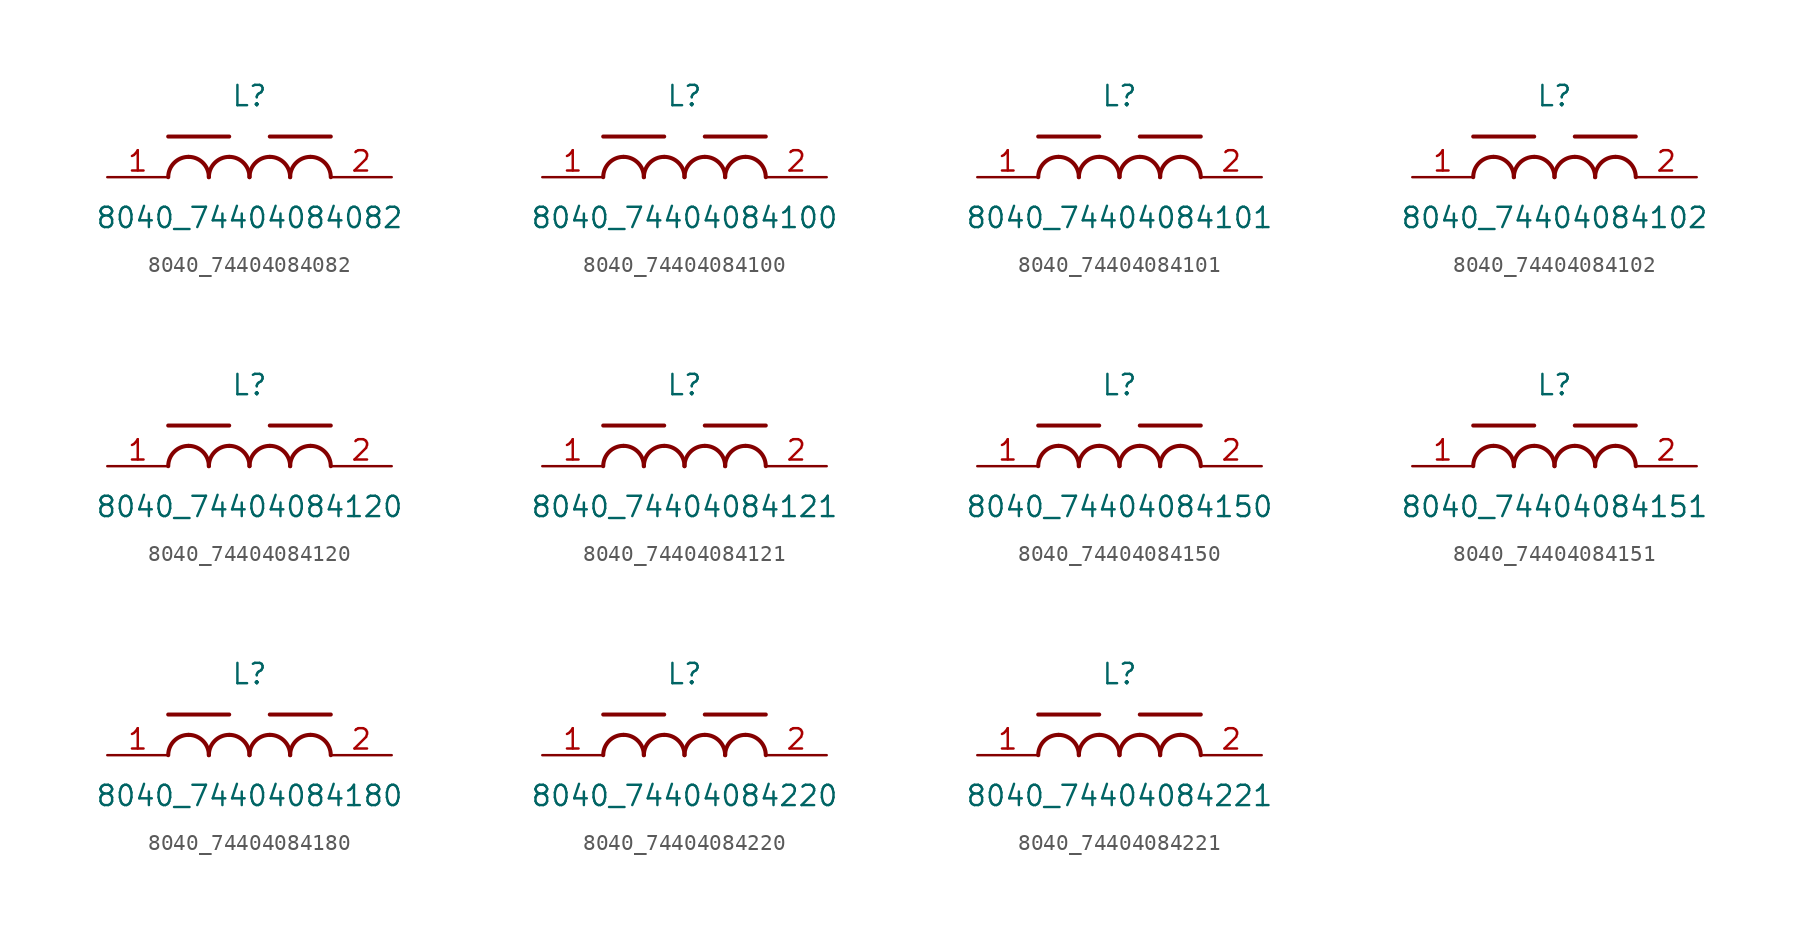
<source format=kicad_sym>
(kicad_symbol_lib
  (version 20211014)
  (generator kicad_symbol_editor)
  (symbol "Inductor_Wurth_WE-LQS:8040_74404084082"
    (pin_names hide)
    (property "Reference" "L"
      (at 0 5.08 0)
      (effects (font (size 1.27 1.27))))
    (property "Value" "8040_74404084082"
      (at 0 -2.54 0)
      (effects (font (size 1.27 1.27))))
    (symbol "8040_74404084082_0_1"
      (arc (start -3.81 1.27) (mid -4.708 0.898) (end -5.08 0) (stroke (width 0.254) (type default) (color 0 0 0 0)) (fill (type none)))
      (arc (start -2.54 0) (mid -2.912 0.898) (end -3.81 1.27) (stroke (width 0.254) (type default) (color 0 0 0 0)) (fill (type none)))
      (arc (start -1.2699 1.2701) (mid -2.1679 0.8981) (end -2.5399 0.0001) (stroke (width 0.254) (type default) (color 0 0 0 0)) (fill (type none)))
      (polyline (pts (xy -5.08 2.54) (xy -1.27 2.54)) (stroke (width 0.254) (type default) (color 0 0 0 0)) (fill (type none)))
      (polyline (pts (xy 5.08 2.54) (xy 1.27 2.54)) (stroke (width 0.254) (type default) (color 0 0 0 0)) (fill (type none)))
      (arc (start 0.0001 0.0001) (mid -0.3719 0.8981) (end -1.2699 1.2701) (stroke (width 0.254) (type default) (color 0 0 0 0)) (fill (type none)))
      (arc (start 1.2701 1.2701) (mid 0.3721 0.8981) (end 0.0001 0.0001) (stroke (width 0.254) (type default) (color 0 0 0 0)) (fill (type none)))
      (arc (start 2.5401 0.0001) (mid 2.1681 0.8981) (end 1.2701 1.2701) (stroke (width 0.254) (type default) (color 0 0 0 0)) (fill (type none)))
      (arc (start 3.8101 1.2701) (mid 2.9121 0.8981) (end 2.5401 0.0001) (stroke (width 0.254) (type default) (color 0 0 0 0)) (fill (type none)))
      (arc (start 5.0801 0.0001) (mid 4.7081 0.8981) (end 3.8101 1.2701) (stroke (width 0.254) (type default) (color 0 0 0 0)) (fill (type none))))
    (symbol "8040_74404084082_1_1"
      (pin passive line (at -8.89 0 0) (length 3.81) (name "1" (effects (font (size 1.27 1.27)))) (number "1" (effects (font (size 1.27 1.27)))))
      (pin passive line (at 8.89 0 180) (length 3.81) (name "2" (effects (font (size 1.27 1.27)))) (number "2" (effects (font (size 1.27 1.27)))))))
  (symbol "Inductor_Wurth_WE-LQS:8040_74404084100"
    (pin_names hide)
    (property "Reference" "L"
      (at 0 5.08 0)
      (effects (font (size 1.27 1.27))))
    (property "Value" "8040_74404084100"
      (at 0 -2.54 0)
      (effects (font (size 1.27 1.27))))
    (symbol "8040_74404084100_0_1"
      (arc (start -3.81 1.27) (mid -4.708 0.898) (end -5.08 0) (stroke (width 0.254) (type default) (color 0 0 0 0)) (fill (type none)))
      (arc (start -2.54 0) (mid -2.912 0.898) (end -3.81 1.27) (stroke (width 0.254) (type default) (color 0 0 0 0)) (fill (type none)))
      (arc (start -1.2699 1.2701) (mid -2.1679 0.8981) (end -2.5399 0.0001) (stroke (width 0.254) (type default) (color 0 0 0 0)) (fill (type none)))
      (polyline (pts (xy -5.08 2.54) (xy -1.27 2.54)) (stroke (width 0.254) (type default) (color 0 0 0 0)) (fill (type none)))
      (polyline (pts (xy 5.08 2.54) (xy 1.27 2.54)) (stroke (width 0.254) (type default) (color 0 0 0 0)) (fill (type none)))
      (arc (start 0.0001 0.0001) (mid -0.3719 0.8981) (end -1.2699 1.2701) (stroke (width 0.254) (type default) (color 0 0 0 0)) (fill (type none)))
      (arc (start 1.2701 1.2701) (mid 0.3721 0.8981) (end 0.0001 0.0001) (stroke (width 0.254) (type default) (color 0 0 0 0)) (fill (type none)))
      (arc (start 2.5401 0.0001) (mid 2.1681 0.8981) (end 1.2701 1.2701) (stroke (width 0.254) (type default) (color 0 0 0 0)) (fill (type none)))
      (arc (start 3.8101 1.2701) (mid 2.9121 0.8981) (end 2.5401 0.0001) (stroke (width 0.254) (type default) (color 0 0 0 0)) (fill (type none)))
      (arc (start 5.0801 0.0001) (mid 4.7081 0.8981) (end 3.8101 1.2701) (stroke (width 0.254) (type default) (color 0 0 0 0)) (fill (type none))))
    (symbol "8040_74404084100_1_1"
      (pin passive line (at -8.89 0 0) (length 3.81) (name "1" (effects (font (size 1.27 1.27)))) (number "1" (effects (font (size 1.27 1.27)))))
      (pin passive line (at 8.89 0 180) (length 3.81) (name "2" (effects (font (size 1.27 1.27)))) (number "2" (effects (font (size 1.27 1.27)))))))
  (symbol "Inductor_Wurth_WE-LQS:8040_74404084101"
    (pin_names hide)
    (property "Reference" "L"
      (at 0 5.08 0)
      (effects (font (size 1.27 1.27))))
    (property "Value" "8040_74404084101"
      (at 0 -2.54 0)
      (effects (font (size 1.27 1.27))))
    (symbol "8040_74404084101_0_1"
      (arc (start -3.81 1.27) (mid -4.708 0.898) (end -5.08 0) (stroke (width 0.254) (type default) (color 0 0 0 0)) (fill (type none)))
      (arc (start -2.54 0) (mid -2.912 0.898) (end -3.81 1.27) (stroke (width 0.254) (type default) (color 0 0 0 0)) (fill (type none)))
      (arc (start -1.2699 1.2701) (mid -2.1679 0.8981) (end -2.5399 0.0001) (stroke (width 0.254) (type default) (color 0 0 0 0)) (fill (type none)))
      (polyline (pts (xy -5.08 2.54) (xy -1.27 2.54)) (stroke (width 0.254) (type default) (color 0 0 0 0)) (fill (type none)))
      (polyline (pts (xy 5.08 2.54) (xy 1.27 2.54)) (stroke (width 0.254) (type default) (color 0 0 0 0)) (fill (type none)))
      (arc (start 0.0001 0.0001) (mid -0.3719 0.8981) (end -1.2699 1.2701) (stroke (width 0.254) (type default) (color 0 0 0 0)) (fill (type none)))
      (arc (start 1.2701 1.2701) (mid 0.3721 0.8981) (end 0.0001 0.0001) (stroke (width 0.254) (type default) (color 0 0 0 0)) (fill (type none)))
      (arc (start 2.5401 0.0001) (mid 2.1681 0.8981) (end 1.2701 1.2701) (stroke (width 0.254) (type default) (color 0 0 0 0)) (fill (type none)))
      (arc (start 3.8101 1.2701) (mid 2.9121 0.8981) (end 2.5401 0.0001) (stroke (width 0.254) (type default) (color 0 0 0 0)) (fill (type none)))
      (arc (start 5.0801 0.0001) (mid 4.7081 0.8981) (end 3.8101 1.2701) (stroke (width 0.254) (type default) (color 0 0 0 0)) (fill (type none))))
    (symbol "8040_74404084101_1_1"
      (pin passive line (at -8.89 0 0) (length 3.81) (name "1" (effects (font (size 1.27 1.27)))) (number "1" (effects (font (size 1.27 1.27)))))
      (pin passive line (at 8.89 0 180) (length 3.81) (name "2" (effects (font (size 1.27 1.27)))) (number "2" (effects (font (size 1.27 1.27)))))))
  (symbol "Inductor_Wurth_WE-LQS:8040_74404084102"
    (pin_names hide)
    (property "Reference" "L"
      (at 0 5.08 0)
      (effects (font (size 1.27 1.27))))
    (property "Value" "8040_74404084102"
      (at 0 -2.54 0)
      (effects (font (size 1.27 1.27))))
    (symbol "8040_74404084102_0_1"
      (arc (start -3.81 1.27) (mid -4.708 0.898) (end -5.08 0) (stroke (width 0.254) (type default) (color 0 0 0 0)) (fill (type none)))
      (arc (start -2.54 0) (mid -2.912 0.898) (end -3.81 1.27) (stroke (width 0.254) (type default) (color 0 0 0 0)) (fill (type none)))
      (arc (start -1.2699 1.2701) (mid -2.1679 0.8981) (end -2.5399 0.0001) (stroke (width 0.254) (type default) (color 0 0 0 0)) (fill (type none)))
      (polyline (pts (xy -5.08 2.54) (xy -1.27 2.54)) (stroke (width 0.254) (type default) (color 0 0 0 0)) (fill (type none)))
      (polyline (pts (xy 5.08 2.54) (xy 1.27 2.54)) (stroke (width 0.254) (type default) (color 0 0 0 0)) (fill (type none)))
      (arc (start 0.0001 0.0001) (mid -0.3719 0.8981) (end -1.2699 1.2701) (stroke (width 0.254) (type default) (color 0 0 0 0)) (fill (type none)))
      (arc (start 1.2701 1.2701) (mid 0.3721 0.8981) (end 0.0001 0.0001) (stroke (width 0.254) (type default) (color 0 0 0 0)) (fill (type none)))
      (arc (start 2.5401 0.0001) (mid 2.1681 0.8981) (end 1.2701 1.2701) (stroke (width 0.254) (type default) (color 0 0 0 0)) (fill (type none)))
      (arc (start 3.8101 1.2701) (mid 2.9121 0.8981) (end 2.5401 0.0001) (stroke (width 0.254) (type default) (color 0 0 0 0)) (fill (type none)))
      (arc (start 5.0801 0.0001) (mid 4.7081 0.8981) (end 3.8101 1.2701) (stroke (width 0.254) (type default) (color 0 0 0 0)) (fill (type none))))
    (symbol "8040_74404084102_1_1"
      (pin passive line (at -8.89 0 0) (length 3.81) (name "1" (effects (font (size 1.27 1.27)))) (number "1" (effects (font (size 1.27 1.27)))))
      (pin passive line (at 8.89 0 180) (length 3.81) (name "2" (effects (font (size 1.27 1.27)))) (number "2" (effects (font (size 1.27 1.27)))))))
  (symbol "Inductor_Wurth_WE-LQS:8040_74404084120"
    (pin_names hide)
    (property "Reference" "L"
      (at 0 5.08 0)
      (effects (font (size 1.27 1.27))))
    (property "Value" "8040_74404084120"
      (at 0 -2.54 0)
      (effects (font (size 1.27 1.27))))
    (symbol "8040_74404084120_0_1"
      (arc (start -3.81 1.27) (mid -4.708 0.898) (end -5.08 0) (stroke (width 0.254) (type default) (color 0 0 0 0)) (fill (type none)))
      (arc (start -2.54 0) (mid -2.912 0.898) (end -3.81 1.27) (stroke (width 0.254) (type default) (color 0 0 0 0)) (fill (type none)))
      (arc (start -1.2699 1.2701) (mid -2.1679 0.8981) (end -2.5399 0.0001) (stroke (width 0.254) (type default) (color 0 0 0 0)) (fill (type none)))
      (polyline (pts (xy -5.08 2.54) (xy -1.27 2.54)) (stroke (width 0.254) (type default) (color 0 0 0 0)) (fill (type none)))
      (polyline (pts (xy 5.08 2.54) (xy 1.27 2.54)) (stroke (width 0.254) (type default) (color 0 0 0 0)) (fill (type none)))
      (arc (start 0.0001 0.0001) (mid -0.3719 0.8981) (end -1.2699 1.2701) (stroke (width 0.254) (type default) (color 0 0 0 0)) (fill (type none)))
      (arc (start 1.2701 1.2701) (mid 0.3721 0.8981) (end 0.0001 0.0001) (stroke (width 0.254) (type default) (color 0 0 0 0)) (fill (type none)))
      (arc (start 2.5401 0.0001) (mid 2.1681 0.8981) (end 1.2701 1.2701) (stroke (width 0.254) (type default) (color 0 0 0 0)) (fill (type none)))
      (arc (start 3.8101 1.2701) (mid 2.9121 0.8981) (end 2.5401 0.0001) (stroke (width 0.254) (type default) (color 0 0 0 0)) (fill (type none)))
      (arc (start 5.0801 0.0001) (mid 4.7081 0.8981) (end 3.8101 1.2701) (stroke (width 0.254) (type default) (color 0 0 0 0)) (fill (type none))))
    (symbol "8040_74404084120_1_1"
      (pin passive line (at -8.89 0 0) (length 3.81) (name "1" (effects (font (size 1.27 1.27)))) (number "1" (effects (font (size 1.27 1.27)))))
      (pin passive line (at 8.89 0 180) (length 3.81) (name "2" (effects (font (size 1.27 1.27)))) (number "2" (effects (font (size 1.27 1.27)))))))
  (symbol "Inductor_Wurth_WE-LQS:8040_74404084121"
    (pin_names hide)
    (property "Reference" "L"
      (at 0 5.08 0)
      (effects (font (size 1.27 1.27))))
    (property "Value" "8040_74404084121"
      (at 0 -2.54 0)
      (effects (font (size 1.27 1.27))))
    (symbol "8040_74404084121_0_1"
      (arc (start -3.81 1.27) (mid -4.708 0.898) (end -5.08 0) (stroke (width 0.254) (type default) (color 0 0 0 0)) (fill (type none)))
      (arc (start -2.54 0) (mid -2.912 0.898) (end -3.81 1.27) (stroke (width 0.254) (type default) (color 0 0 0 0)) (fill (type none)))
      (arc (start -1.2699 1.2701) (mid -2.1679 0.8981) (end -2.5399 0.0001) (stroke (width 0.254) (type default) (color 0 0 0 0)) (fill (type none)))
      (polyline (pts (xy -5.08 2.54) (xy -1.27 2.54)) (stroke (width 0.254) (type default) (color 0 0 0 0)) (fill (type none)))
      (polyline (pts (xy 5.08 2.54) (xy 1.27 2.54)) (stroke (width 0.254) (type default) (color 0 0 0 0)) (fill (type none)))
      (arc (start 0.0001 0.0001) (mid -0.3719 0.8981) (end -1.2699 1.2701) (stroke (width 0.254) (type default) (color 0 0 0 0)) (fill (type none)))
      (arc (start 1.2701 1.2701) (mid 0.3721 0.8981) (end 0.0001 0.0001) (stroke (width 0.254) (type default) (color 0 0 0 0)) (fill (type none)))
      (arc (start 2.5401 0.0001) (mid 2.1681 0.8981) (end 1.2701 1.2701) (stroke (width 0.254) (type default) (color 0 0 0 0)) (fill (type none)))
      (arc (start 3.8101 1.2701) (mid 2.9121 0.8981) (end 2.5401 0.0001) (stroke (width 0.254) (type default) (color 0 0 0 0)) (fill (type none)))
      (arc (start 5.0801 0.0001) (mid 4.7081 0.8981) (end 3.8101 1.2701) (stroke (width 0.254) (type default) (color 0 0 0 0)) (fill (type none))))
    (symbol "8040_74404084121_1_1"
      (pin passive line (at -8.89 0 0) (length 3.81) (name "1" (effects (font (size 1.27 1.27)))) (number "1" (effects (font (size 1.27 1.27)))))
      (pin passive line (at 8.89 0 180) (length 3.81) (name "2" (effects (font (size 1.27 1.27)))) (number "2" (effects (font (size 1.27 1.27)))))))
  (symbol "Inductor_Wurth_WE-LQS:8040_74404084150"
    (pin_names hide)
    (property "Reference" "L"
      (at 0 5.08 0)
      (effects (font (size 1.27 1.27))))
    (property "Value" "8040_74404084150"
      (at 0 -2.54 0)
      (effects (font (size 1.27 1.27))))
    (symbol "8040_74404084150_0_1"
      (arc (start -3.81 1.27) (mid -4.708 0.898) (end -5.08 0) (stroke (width 0.254) (type default) (color 0 0 0 0)) (fill (type none)))
      (arc (start -2.54 0) (mid -2.912 0.898) (end -3.81 1.27) (stroke (width 0.254) (type default) (color 0 0 0 0)) (fill (type none)))
      (arc (start -1.2699 1.2701) (mid -2.1679 0.8981) (end -2.5399 0.0001) (stroke (width 0.254) (type default) (color 0 0 0 0)) (fill (type none)))
      (polyline (pts (xy -5.08 2.54) (xy -1.27 2.54)) (stroke (width 0.254) (type default) (color 0 0 0 0)) (fill (type none)))
      (polyline (pts (xy 5.08 2.54) (xy 1.27 2.54)) (stroke (width 0.254) (type default) (color 0 0 0 0)) (fill (type none)))
      (arc (start 0.0001 0.0001) (mid -0.3719 0.8981) (end -1.2699 1.2701) (stroke (width 0.254) (type default) (color 0 0 0 0)) (fill (type none)))
      (arc (start 1.2701 1.2701) (mid 0.3721 0.8981) (end 0.0001 0.0001) (stroke (width 0.254) (type default) (color 0 0 0 0)) (fill (type none)))
      (arc (start 2.5401 0.0001) (mid 2.1681 0.8981) (end 1.2701 1.2701) (stroke (width 0.254) (type default) (color 0 0 0 0)) (fill (type none)))
      (arc (start 3.8101 1.2701) (mid 2.9121 0.8981) (end 2.5401 0.0001) (stroke (width 0.254) (type default) (color 0 0 0 0)) (fill (type none)))
      (arc (start 5.0801 0.0001) (mid 4.7081 0.8981) (end 3.8101 1.2701) (stroke (width 0.254) (type default) (color 0 0 0 0)) (fill (type none))))
    (symbol "8040_74404084150_1_1"
      (pin passive line (at -8.89 0 0) (length 3.81) (name "1" (effects (font (size 1.27 1.27)))) (number "1" (effects (font (size 1.27 1.27)))))
      (pin passive line (at 8.89 0 180) (length 3.81) (name "2" (effects (font (size 1.27 1.27)))) (number "2" (effects (font (size 1.27 1.27)))))))
  (symbol "Inductor_Wurth_WE-LQS:8040_74404084151"
    (pin_names hide)
    (property "Reference" "L"
      (at 0 5.08 0)
      (effects (font (size 1.27 1.27))))
    (property "Value" "8040_74404084151"
      (at 0 -2.54 0)
      (effects (font (size 1.27 1.27))))
    (symbol "8040_74404084151_0_1"
      (arc (start -3.81 1.27) (mid -4.708 0.898) (end -5.08 0) (stroke (width 0.254) (type default) (color 0 0 0 0)) (fill (type none)))
      (arc (start -2.54 0) (mid -2.912 0.898) (end -3.81 1.27) (stroke (width 0.254) (type default) (color 0 0 0 0)) (fill (type none)))
      (arc (start -1.2699 1.2701) (mid -2.1679 0.8981) (end -2.5399 0.0001) (stroke (width 0.254) (type default) (color 0 0 0 0)) (fill (type none)))
      (polyline (pts (xy -5.08 2.54) (xy -1.27 2.54)) (stroke (width 0.254) (type default) (color 0 0 0 0)) (fill (type none)))
      (polyline (pts (xy 5.08 2.54) (xy 1.27 2.54)) (stroke (width 0.254) (type default) (color 0 0 0 0)) (fill (type none)))
      (arc (start 0.0001 0.0001) (mid -0.3719 0.8981) (end -1.2699 1.2701) (stroke (width 0.254) (type default) (color 0 0 0 0)) (fill (type none)))
      (arc (start 1.2701 1.2701) (mid 0.3721 0.8981) (end 0.0001 0.0001) (stroke (width 0.254) (type default) (color 0 0 0 0)) (fill (type none)))
      (arc (start 2.5401 0.0001) (mid 2.1681 0.8981) (end 1.2701 1.2701) (stroke (width 0.254) (type default) (color 0 0 0 0)) (fill (type none)))
      (arc (start 3.8101 1.2701) (mid 2.9121 0.8981) (end 2.5401 0.0001) (stroke (width 0.254) (type default) (color 0 0 0 0)) (fill (type none)))
      (arc (start 5.0801 0.0001) (mid 4.7081 0.8981) (end 3.8101 1.2701) (stroke (width 0.254) (type default) (color 0 0 0 0)) (fill (type none))))
    (symbol "8040_74404084151_1_1"
      (pin passive line (at -8.89 0 0) (length 3.81) (name "1" (effects (font (size 1.27 1.27)))) (number "1" (effects (font (size 1.27 1.27)))))
      (pin passive line (at 8.89 0 180) (length 3.81) (name "2" (effects (font (size 1.27 1.27)))) (number "2" (effects (font (size 1.27 1.27)))))))
  (symbol "Inductor_Wurth_WE-LQS:8040_74404084180"
    (pin_names hide)
    (property "Reference" "L"
      (at 0 5.08 0)
      (effects (font (size 1.27 1.27))))
    (property "Value" "8040_74404084180"
      (at 0 -2.54 0)
      (effects (font (size 1.27 1.27))))
    (symbol "8040_74404084180_0_1"
      (arc (start -3.81 1.27) (mid -4.708 0.898) (end -5.08 0) (stroke (width 0.254) (type default) (color 0 0 0 0)) (fill (type none)))
      (arc (start -2.54 0) (mid -2.912 0.898) (end -3.81 1.27) (stroke (width 0.254) (type default) (color 0 0 0 0)) (fill (type none)))
      (arc (start -1.2699 1.2701) (mid -2.1679 0.8981) (end -2.5399 0.0001) (stroke (width 0.254) (type default) (color 0 0 0 0)) (fill (type none)))
      (polyline (pts (xy -5.08 2.54) (xy -1.27 2.54)) (stroke (width 0.254) (type default) (color 0 0 0 0)) (fill (type none)))
      (polyline (pts (xy 5.08 2.54) (xy 1.27 2.54)) (stroke (width 0.254) (type default) (color 0 0 0 0)) (fill (type none)))
      (arc (start 0.0001 0.0001) (mid -0.3719 0.8981) (end -1.2699 1.2701) (stroke (width 0.254) (type default) (color 0 0 0 0)) (fill (type none)))
      (arc (start 1.2701 1.2701) (mid 0.3721 0.8981) (end 0.0001 0.0001) (stroke (width 0.254) (type default) (color 0 0 0 0)) (fill (type none)))
      (arc (start 2.5401 0.0001) (mid 2.1681 0.8981) (end 1.2701 1.2701) (stroke (width 0.254) (type default) (color 0 0 0 0)) (fill (type none)))
      (arc (start 3.8101 1.2701) (mid 2.9121 0.8981) (end 2.5401 0.0001) (stroke (width 0.254) (type default) (color 0 0 0 0)) (fill (type none)))
      (arc (start 5.0801 0.0001) (mid 4.7081 0.8981) (end 3.8101 1.2701) (stroke (width 0.254) (type default) (color 0 0 0 0)) (fill (type none))))
    (symbol "8040_74404084180_1_1"
      (pin passive line (at -8.89 0 0) (length 3.81) (name "1" (effects (font (size 1.27 1.27)))) (number "1" (effects (font (size 1.27 1.27)))))
      (pin passive line (at 8.89 0 180) (length 3.81) (name "2" (effects (font (size 1.27 1.27)))) (number "2" (effects (font (size 1.27 1.27)))))))
  (symbol "Inductor_Wurth_WE-LQS:8040_74404084220"
    (pin_names hide)
    (property "Reference" "L"
      (at 0 5.08 0)
      (effects (font (size 1.27 1.27))))
    (property "Value" "8040_74404084220"
      (at 0 -2.54 0)
      (effects (font (size 1.27 1.27))))
    (symbol "8040_74404084220_0_1"
      (arc (start -3.81 1.27) (mid -4.708 0.898) (end -5.08 0) (stroke (width 0.254) (type default) (color 0 0 0 0)) (fill (type none)))
      (arc (start -2.54 0) (mid -2.912 0.898) (end -3.81 1.27) (stroke (width 0.254) (type default) (color 0 0 0 0)) (fill (type none)))
      (arc (start -1.2699 1.2701) (mid -2.1679 0.8981) (end -2.5399 0.0001) (stroke (width 0.254) (type default) (color 0 0 0 0)) (fill (type none)))
      (polyline (pts (xy -5.08 2.54) (xy -1.27 2.54)) (stroke (width 0.254) (type default) (color 0 0 0 0)) (fill (type none)))
      (polyline (pts (xy 5.08 2.54) (xy 1.27 2.54)) (stroke (width 0.254) (type default) (color 0 0 0 0)) (fill (type none)))
      (arc (start 0.0001 0.0001) (mid -0.3719 0.8981) (end -1.2699 1.2701) (stroke (width 0.254) (type default) (color 0 0 0 0)) (fill (type none)))
      (arc (start 1.2701 1.2701) (mid 0.3721 0.8981) (end 0.0001 0.0001) (stroke (width 0.254) (type default) (color 0 0 0 0)) (fill (type none)))
      (arc (start 2.5401 0.0001) (mid 2.1681 0.8981) (end 1.2701 1.2701) (stroke (width 0.254) (type default) (color 0 0 0 0)) (fill (type none)))
      (arc (start 3.8101 1.2701) (mid 2.9121 0.8981) (end 2.5401 0.0001) (stroke (width 0.254) (type default) (color 0 0 0 0)) (fill (type none)))
      (arc (start 5.0801 0.0001) (mid 4.7081 0.8981) (end 3.8101 1.2701) (stroke (width 0.254) (type default) (color 0 0 0 0)) (fill (type none))))
    (symbol "8040_74404084220_1_1"
      (pin passive line (at -8.89 0 0) (length 3.81) (name "1" (effects (font (size 1.27 1.27)))) (number "1" (effects (font (size 1.27 1.27)))))
      (pin passive line (at 8.89 0 180) (length 3.81) (name "2" (effects (font (size 1.27 1.27)))) (number "2" (effects (font (size 1.27 1.27)))))))
  (symbol "Inductor_Wurth_WE-LQS:8040_74404084221"
    (pin_names hide)
    (property "Reference" "L"
      (at 0 5.08 0)
      (effects (font (size 1.27 1.27))))
    (property "Value" "8040_74404084221"
      (at 0 -2.54 0)
      (effects (font (size 1.27 1.27))))
    (symbol "8040_74404084221_0_1"
      (arc (start -3.81 1.27) (mid -4.708 0.898) (end -5.08 0) (stroke (width 0.254) (type default) (color 0 0 0 0)) (fill (type none)))
      (arc (start -2.54 0) (mid -2.912 0.898) (end -3.81 1.27) (stroke (width 0.254) (type default) (color 0 0 0 0)) (fill (type none)))
      (arc (start -1.2699 1.2701) (mid -2.1679 0.8981) (end -2.5399 0.0001) (stroke (width 0.254) (type default) (color 0 0 0 0)) (fill (type none)))
      (polyline (pts (xy -5.08 2.54) (xy -1.27 2.54)) (stroke (width 0.254) (type default) (color 0 0 0 0)) (fill (type none)))
      (polyline (pts (xy 5.08 2.54) (xy 1.27 2.54)) (stroke (width 0.254) (type default) (color 0 0 0 0)) (fill (type none)))
      (arc (start 0.0001 0.0001) (mid -0.3719 0.8981) (end -1.2699 1.2701) (stroke (width 0.254) (type default) (color 0 0 0 0)) (fill (type none)))
      (arc (start 1.2701 1.2701) (mid 0.3721 0.8981) (end 0.0001 0.0001) (stroke (width 0.254) (type default) (color 0 0 0 0)) (fill (type none)))
      (arc (start 2.5401 0.0001) (mid 2.1681 0.8981) (end 1.2701 1.2701) (stroke (width 0.254) (type default) (color 0 0 0 0)) (fill (type none)))
      (arc (start 3.8101 1.2701) (mid 2.9121 0.8981) (end 2.5401 0.0001) (stroke (width 0.254) (type default) (color 0 0 0 0)) (fill (type none)))
      (arc (start 5.0801 0.0001) (mid 4.7081 0.8981) (end 3.8101 1.2701) (stroke (width 0.254) (type default) (color 0 0 0 0)) (fill (type none))))
    (symbol "8040_74404084221_1_1"
      (pin passive line (at -8.89 0 0) (length 3.81) (name "1" (effects (font (size 1.27 1.27)))) (number "1" (effects (font (size 1.27 1.27)))))
      (pin passive line (at 8.89 0 180) (length 3.81) (name "2" (effects (font (size 1.27 1.27)))) (number "2" (effects (font (size 1.27 1.27))))))))
</source>
